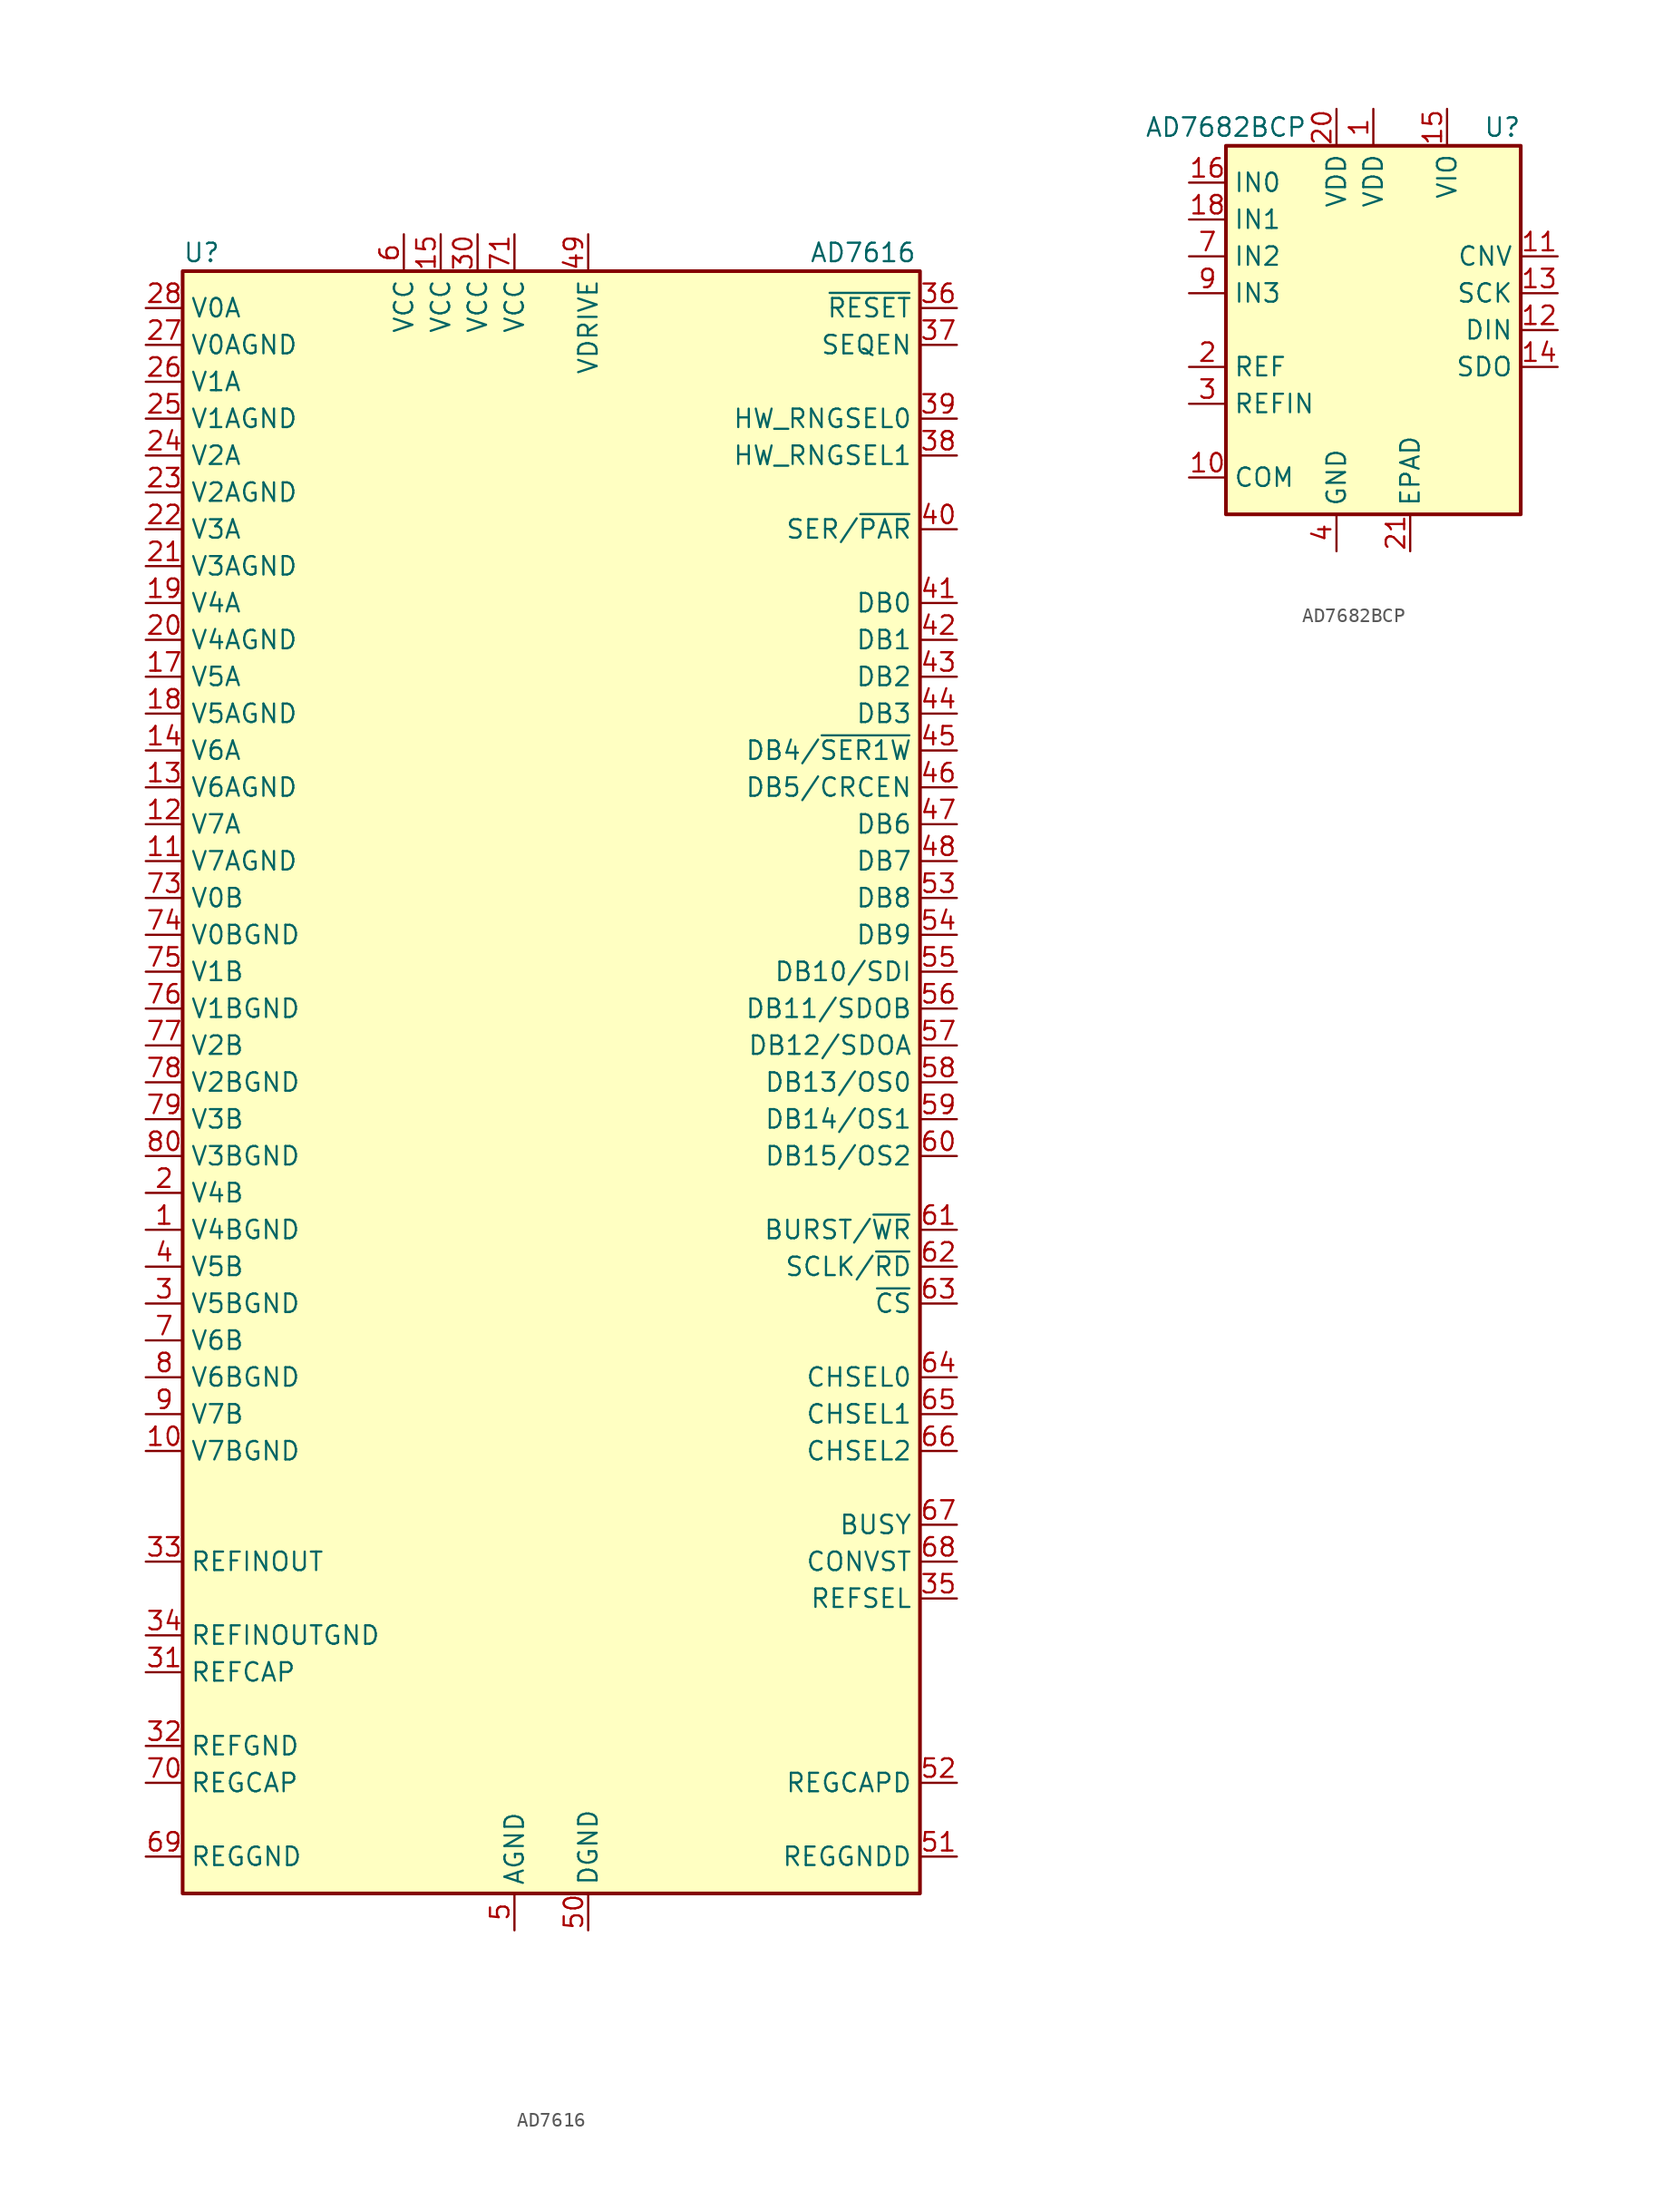
<source format=kicad_sym>
(kicad_symbol_lib
  (version 20201005)
  (generator kicad_symbol_editor)
  (symbol "AD7616"
    (property "Reference" "U"
      (at -25.4 57.15 0)
      (effects (font (size 1.27 1.27)) (justify left)))
    (property "Value" "AD7616"
      (at 17.78 57.15 0)
      (effects (font (size 1.27 1.27)) (justify left)))
    (symbol "AD7616_1_1"
      (rectangle (start -25.4 55.88) (end 25.4 -55.88) (stroke (width 0.254)) (fill (type background)))
      (pin input line (at -27.94 -10.16 0) (length 2.54) (name "V4BGND" (effects (font (size 1.27 1.27)))) (number "1" (effects (font (size 1.27 1.27)))))
      (pin input line (at -27.94 -25.4 0) (length 2.54) (name "V7BGND" (effects (font (size 1.27 1.27)))) (number "10" (effects (font (size 1.27 1.27)))))
      (pin input line (at -27.94 15.24 0) (length 2.54) (name "V7AGND" (effects (font (size 1.27 1.27)))) (number "11" (effects (font (size 1.27 1.27)))))
      (pin input line (at -27.94 17.78 0) (length 2.54) (name "V7A" (effects (font (size 1.27 1.27)))) (number "12" (effects (font (size 1.27 1.27)))))
      (pin input line (at -27.94 20.32 0) (length 2.54) (name "V6AGND" (effects (font (size 1.27 1.27)))) (number "13" (effects (font (size 1.27 1.27)))))
      (pin input line (at -27.94 22.86 0) (length 2.54) (name "V6A" (effects (font (size 1.27 1.27)))) (number "14" (effects (font (size 1.27 1.27)))))
      (pin power_in line (at -7.62 58.42 270) (length 2.54) (name "VCC" (effects (font (size 1.27 1.27)))) (number "15" (effects (font (size 1.27 1.27)))))
      (pin passive line (at -2.54 -58.42 90) (length 2.54) hide (name "AGND" (effects (font (size 1.27 1.27)))) (number "16" (effects (font (size 1.27 1.27)))))
      (pin input line (at -27.94 27.94 0) (length 2.54) (name "V5A" (effects (font (size 1.27 1.27)))) (number "17" (effects (font (size 1.27 1.27)))))
      (pin input line (at -27.94 25.4 0) (length 2.54) (name "V5AGND" (effects (font (size 1.27 1.27)))) (number "18" (effects (font (size 1.27 1.27)))))
      (pin input line (at -27.94 33.02 0) (length 2.54) (name "V4A" (effects (font (size 1.27 1.27)))) (number "19" (effects (font (size 1.27 1.27)))))
      (pin input line (at -27.94 -7.62 0) (length 2.54) (name "V4B" (effects (font (size 1.27 1.27)))) (number "2" (effects (font (size 1.27 1.27)))))
      (pin input line (at -27.94 30.48 0) (length 2.54) (name "V4AGND" (effects (font (size 1.27 1.27)))) (number "20" (effects (font (size 1.27 1.27)))))
      (pin input line (at -27.94 35.56 0) (length 2.54) (name "V3AGND" (effects (font (size 1.27 1.27)))) (number "21" (effects (font (size 1.27 1.27)))))
      (pin input line (at -27.94 38.1 0) (length 2.54) (name "V3A" (effects (font (size 1.27 1.27)))) (number "22" (effects (font (size 1.27 1.27)))))
      (pin input line (at -27.94 40.64 0) (length 2.54) (name "V2AGND" (effects (font (size 1.27 1.27)))) (number "23" (effects (font (size 1.27 1.27)))))
      (pin input line (at -27.94 43.18 0) (length 2.54) (name "V2A" (effects (font (size 1.27 1.27)))) (number "24" (effects (font (size 1.27 1.27)))))
      (pin input line (at -27.94 45.72 0) (length 2.54) (name "V1AGND" (effects (font (size 1.27 1.27)))) (number "25" (effects (font (size 1.27 1.27)))))
      (pin input line (at -27.94 48.26 0) (length 2.54) (name "V1A" (effects (font (size 1.27 1.27)))) (number "26" (effects (font (size 1.27 1.27)))))
      (pin input line (at -27.94 50.8 0) (length 2.54) (name "V0AGND" (effects (font (size 1.27 1.27)))) (number "27" (effects (font (size 1.27 1.27)))))
      (pin input line (at -27.94 53.34 0) (length 2.54) (name "V0A" (effects (font (size 1.27 1.27)))) (number "28" (effects (font (size 1.27 1.27)))))
      (pin passive line (at -2.54 -58.42 90) (length 2.54) hide (name "AGND" (effects (font (size 1.27 1.27)))) (number "29" (effects (font (size 1.27 1.27)))))
      (pin input line (at -27.94 -15.24 0) (length 2.54) (name "V5BGND" (effects (font (size 1.27 1.27)))) (number "3" (effects (font (size 1.27 1.27)))))
      (pin power_in line (at -5.08 58.42 270) (length 2.54) (name "VCC" (effects (font (size 1.27 1.27)))) (number "30" (effects (font (size 1.27 1.27)))))
      (pin passive line (at -27.94 -40.64 0) (length 2.54) (name "REFCAP" (effects (font (size 1.27 1.27)))) (number "31" (effects (font (size 1.27 1.27)))))
      (pin power_in line (at -27.94 -45.72 0) (length 2.54) (name "REFGND" (effects (font (size 1.27 1.27)))) (number "32" (effects (font (size 1.27 1.27)))))
      (pin input line (at -27.94 -33.02 0) (length 2.54) (name "REFINOUT" (effects (font (size 1.27 1.27)))) (number "33" (effects (font (size 1.27 1.27)))))
      (pin power_in line (at -27.94 -38.1 0) (length 2.54) (name "REFINOUTGND" (effects (font (size 1.27 1.27)))) (number "34" (effects (font (size 1.27 1.27)))))
      (pin input line (at 27.94 -35.56 180) (length 2.54) (name "REFSEL" (effects (font (size 1.27 1.27)))) (number "35" (effects (font (size 1.27 1.27)))))
      (pin input line (at 27.94 53.34 180) (length 2.54) (name "~RESET" (effects (font (size 1.27 1.27)))) (number "36" (effects (font (size 1.27 1.27)))))
      (pin input line (at 27.94 50.8 180) (length 2.54) (name "SEQEN" (effects (font (size 1.27 1.27)))) (number "37" (effects (font (size 1.27 1.27)))))
      (pin input line (at 27.94 43.18 180) (length 2.54) (name "HW_RNGSEL1" (effects (font (size 1.27 1.27)))) (number "38" (effects (font (size 1.27 1.27)))))
      (pin input line (at 27.94 45.72 180) (length 2.54) (name "HW_RNGSEL0" (effects (font (size 1.27 1.27)))) (number "39" (effects (font (size 1.27 1.27)))))
      (pin input line (at -27.94 -12.7 0) (length 2.54) (name "V5B" (effects (font (size 1.27 1.27)))) (number "4" (effects (font (size 1.27 1.27)))))
      (pin input line (at 27.94 38.1 180) (length 2.54) (name "SER/~PAR" (effects (font (size 1.27 1.27)))) (number "40" (effects (font (size 1.27 1.27)))))
      (pin bidirectional line (at 27.94 33.02 180) (length 2.54) (name "DB0" (effects (font (size 1.27 1.27)))) (number "41" (effects (font (size 1.27 1.27)))))
      (pin bidirectional line (at 27.94 30.48 180) (length 2.54) (name "DB1" (effects (font (size 1.27 1.27)))) (number "42" (effects (font (size 1.27 1.27)))))
      (pin bidirectional line (at 27.94 27.94 180) (length 2.54) (name "DB2" (effects (font (size 1.27 1.27)))) (number "43" (effects (font (size 1.27 1.27)))))
      (pin bidirectional line (at 27.94 25.4 180) (length 2.54) (name "DB3" (effects (font (size 1.27 1.27)))) (number "44" (effects (font (size 1.27 1.27)))))
      (pin bidirectional line (at 27.94 22.86 180) (length 2.54) (name "DB4/~SER1W" (effects (font (size 1.27 1.27)))) (number "45" (effects (font (size 1.27 1.27)))))
      (pin bidirectional line (at 27.94 20.32 180) (length 2.54) (name "DB5/CRCEN" (effects (font (size 1.27 1.27)))) (number "46" (effects (font (size 1.27 1.27)))))
      (pin bidirectional line (at 27.94 17.78 180) (length 2.54) (name "DB6" (effects (font (size 1.27 1.27)))) (number "47" (effects (font (size 1.27 1.27)))))
      (pin bidirectional line (at 27.94 15.24 180) (length 2.54) (name "DB7" (effects (font (size 1.27 1.27)))) (number "48" (effects (font (size 1.27 1.27)))))
      (pin power_in line (at 2.54 58.42 270) (length 2.54) (name "VDRIVE" (effects (font (size 1.27 1.27)))) (number "49" (effects (font (size 1.27 1.27)))))
      (pin power_in line (at -2.54 -58.42 90) (length 2.54) (name "AGND" (effects (font (size 1.27 1.27)))) (number "5" (effects (font (size 1.27 1.27)))))
      (pin power_in line (at 2.54 -58.42 90) (length 2.54) (name "DGND" (effects (font (size 1.27 1.27)))) (number "50" (effects (font (size 1.27 1.27)))))
      (pin power_in line (at 27.94 -53.34 180) (length 2.54) (name "REGGNDD" (effects (font (size 1.27 1.27)))) (number "51" (effects (font (size 1.27 1.27)))))
      (pin passive line (at 27.94 -48.26 180) (length 2.54) (name "REGCAPD" (effects (font (size 1.27 1.27)))) (number "52" (effects (font (size 1.27 1.27)))))
      (pin bidirectional line (at 27.94 12.7 180) (length 2.54) (name "DB8" (effects (font (size 1.27 1.27)))) (number "53" (effects (font (size 1.27 1.27)))))
      (pin bidirectional line (at 27.94 10.16 180) (length 2.54) (name "DB9" (effects (font (size 1.27 1.27)))) (number "54" (effects (font (size 1.27 1.27)))))
      (pin bidirectional line (at 27.94 7.62 180) (length 2.54) (name "DB10/SDI" (effects (font (size 1.27 1.27)))) (number "55" (effects (font (size 1.27 1.27)))))
      (pin bidirectional line (at 27.94 5.08 180) (length 2.54) (name "DB11/SDOB" (effects (font (size 1.27 1.27)))) (number "56" (effects (font (size 1.27 1.27)))))
      (pin bidirectional line (at 27.94 2.54 180) (length 2.54) (name "DB12/SDOA" (effects (font (size 1.27 1.27)))) (number "57" (effects (font (size 1.27 1.27)))))
      (pin bidirectional line (at 27.94 0 180) (length 2.54) (name "DB13/OS0" (effects (font (size 1.27 1.27)))) (number "58" (effects (font (size 1.27 1.27)))))
      (pin bidirectional line (at 27.94 -2.54 180) (length 2.54) (name "DB14/OS1" (effects (font (size 1.27 1.27)))) (number "59" (effects (font (size 1.27 1.27)))))
      (pin power_in line (at -10.16 58.42 270) (length 2.54) (name "VCC" (effects (font (size 1.27 1.27)))) (number "6" (effects (font (size 1.27 1.27)))))
      (pin bidirectional line (at 27.94 -5.08 180) (length 2.54) (name "DB15/OS2" (effects (font (size 1.27 1.27)))) (number "60" (effects (font (size 1.27 1.27)))))
      (pin input line (at 27.94 -10.16 180) (length 2.54) (name "BURST/~WR" (effects (font (size 1.27 1.27)))) (number "61" (effects (font (size 1.27 1.27)))))
      (pin input line (at 27.94 -12.7 180) (length 2.54) (name "SCLK/~RD" (effects (font (size 1.27 1.27)))) (number "62" (effects (font (size 1.27 1.27)))))
      (pin input line (at 27.94 -15.24 180) (length 2.54) (name "~CS" (effects (font (size 1.27 1.27)))) (number "63" (effects (font (size 1.27 1.27)))))
      (pin input line (at 27.94 -20.32 180) (length 2.54) (name "CHSEL0" (effects (font (size 1.27 1.27)))) (number "64" (effects (font (size 1.27 1.27)))))
      (pin input line (at 27.94 -22.86 180) (length 2.54) (name "CHSEL1" (effects (font (size 1.27 1.27)))) (number "65" (effects (font (size 1.27 1.27)))))
      (pin input line (at 27.94 -25.4 180) (length 2.54) (name "CHSEL2" (effects (font (size 1.27 1.27)))) (number "66" (effects (font (size 1.27 1.27)))))
      (pin output line (at 27.94 -30.48 180) (length 2.54) (name "BUSY" (effects (font (size 1.27 1.27)))) (number "67" (effects (font (size 1.27 1.27)))))
      (pin input line (at 27.94 -33.02 180) (length 2.54) (name "CONVST" (effects (font (size 1.27 1.27)))) (number "68" (effects (font (size 1.27 1.27)))))
      (pin power_in line (at -27.94 -53.34 0) (length 2.54) (name "REGGND" (effects (font (size 1.27 1.27)))) (number "69" (effects (font (size 1.27 1.27)))))
      (pin input line (at -27.94 -17.78 0) (length 2.54) (name "V6B" (effects (font (size 1.27 1.27)))) (number "7" (effects (font (size 1.27 1.27)))))
      (pin passive line (at -27.94 -48.26 0) (length 2.54) (name "REGCAP" (effects (font (size 1.27 1.27)))) (number "70" (effects (font (size 1.27 1.27)))))
      (pin power_in line (at -2.54 58.42 270) (length 2.54) (name "VCC" (effects (font (size 1.27 1.27)))) (number "71" (effects (font (size 1.27 1.27)))))
      (pin passive line (at -2.54 -58.42 90) (length 2.54) hide (name "AGND" (effects (font (size 1.27 1.27)))) (number "72" (effects (font (size 1.27 1.27)))))
      (pin input line (at -27.94 12.7 0) (length 2.54) (name "V0B" (effects (font (size 1.27 1.27)))) (number "73" (effects (font (size 1.27 1.27)))))
      (pin input line (at -27.94 10.16 0) (length 2.54) (name "V0BGND" (effects (font (size 1.27 1.27)))) (number "74" (effects (font (size 1.27 1.27)))))
      (pin input line (at -27.94 7.62 0) (length 2.54) (name "V1B" (effects (font (size 1.27 1.27)))) (number "75" (effects (font (size 1.27 1.27)))))
      (pin input line (at -27.94 5.08 0) (length 2.54) (name "V1BGND" (effects (font (size 1.27 1.27)))) (number "76" (effects (font (size 1.27 1.27)))))
      (pin input line (at -27.94 2.54 0) (length 2.54) (name "V2B" (effects (font (size 1.27 1.27)))) (number "77" (effects (font (size 1.27 1.27)))))
      (pin input line (at -27.94 0 0) (length 2.54) (name "V2BGND" (effects (font (size 1.27 1.27)))) (number "78" (effects (font (size 1.27 1.27)))))
      (pin input line (at -27.94 -2.54 0) (length 2.54) (name "V3B" (effects (font (size 1.27 1.27)))) (number "79" (effects (font (size 1.27 1.27)))))
      (pin input line (at -27.94 -20.32 0) (length 2.54) (name "V6BGND" (effects (font (size 1.27 1.27)))) (number "8" (effects (font (size 1.27 1.27)))))
      (pin input line (at -27.94 -5.08 0) (length 2.54) (name "V3BGND" (effects (font (size 1.27 1.27)))) (number "80" (effects (font (size 1.27 1.27)))))
      (pin input line (at -27.94 -22.86 0) (length 2.54) (name "V7B" (effects (font (size 1.27 1.27)))) (number "9" (effects (font (size 1.27 1.27)))))))
  (symbol "AD7682BCP"
    (property "Reference" "U"
      (at 8.89 13.97 0)
      (effects (font (size 1.27 1.27))))
    (property "Value" "AD7682BCP"
      (at -10.16 13.97 0)
      (effects (font (size 1.27 1.27))))
    (symbol "AD7682BCP_0_1"
      (rectangle (start -10.16 12.7) (end 10.16 -12.7) (stroke (width 0.254)) (fill (type background))))
    (symbol "AD7682BCP_1_1"
      (pin power_in line (at 0 15.24 270) (length 2.54) (name "VDD" (effects (font (size 1.27 1.27)))) (number "1" (effects (font (size 1.27 1.27)))))
      (pin input line (at -12.7 -10.16 0) (length 2.54) (name "COM" (effects (font (size 1.27 1.27)))) (number "10" (effects (font (size 1.27 1.27)))))
      (pin input line (at 12.7 5.08 180) (length 2.54) (name "CNV" (effects (font (size 1.27 1.27)))) (number "11" (effects (font (size 1.27 1.27)))))
      (pin input line (at 12.7 0 180) (length 2.54) (name "DIN" (effects (font (size 1.27 1.27)))) (number "12" (effects (font (size 1.27 1.27)))))
      (pin input line (at 12.7 2.54 180) (length 2.54) (name "SCK" (effects (font (size 1.27 1.27)))) (number "13" (effects (font (size 1.27 1.27)))))
      (pin output line (at 12.7 -2.54 180) (length 2.54) (name "SDO" (effects (font (size 1.27 1.27)))) (number "14" (effects (font (size 1.27 1.27)))))
      (pin power_in line (at 5.08 15.24 270) (length 2.54) (name "VIO" (effects (font (size 1.27 1.27)))) (number "15" (effects (font (size 1.27 1.27)))))
      (pin input line (at -12.7 10.16 0) (length 2.54) (name "IN0" (effects (font (size 1.27 1.27)))) (number "16" (effects (font (size 1.27 1.27)))))
      (pin no_connect line (at 10.16 -7.62 180) (length 2.54) hide (name "NC" (effects (font (size 1.27 1.27)))) (number "17" (effects (font (size 1.27 1.27)))))
      (pin input line (at -12.7 7.62 0) (length 2.54) (name "IN1" (effects (font (size 1.27 1.27)))) (number "18" (effects (font (size 1.27 1.27)))))
      (pin no_connect line (at 10.16 -5.08 180) (length 2.54) hide (name "NC" (effects (font (size 1.27 1.27)))) (number "19" (effects (font (size 1.27 1.27)))))
      (pin passive line (at -12.7 -2.54 0) (length 2.54) (name "REF" (effects (font (size 1.27 1.27)))) (number "2" (effects (font (size 1.27 1.27)))))
      (pin power_in line (at -2.54 15.24 270) (length 2.54) (name "VDD" (effects (font (size 1.27 1.27)))) (number "20" (effects (font (size 1.27 1.27)))))
      (pin passive line (at 2.54 -15.24 90) (length 2.54) (name "EPAD" (effects (font (size 1.27 1.27)))) (number "21" (effects (font (size 1.27 1.27)))))
      (pin passive line (at -12.7 -5.08 0) (length 2.54) (name "REFIN" (effects (font (size 1.27 1.27)))) (number "3" (effects (font (size 1.27 1.27)))))
      (pin power_in line (at -2.54 -15.24 90) (length 2.54) (name "GND" (effects (font (size 1.27 1.27)))) (number "4" (effects (font (size 1.27 1.27)))))
      (pin passive line (at -2.54 -15.24 90) (length 2.54) hide (name "GND" (effects (font (size 1.27 1.27)))) (number "5" (effects (font (size 1.27 1.27)))))
      (pin no_connect line (at 10.16 7.62 180) (length 2.54) hide (name "NC" (effects (font (size 1.27 1.27)))) (number "6" (effects (font (size 1.27 1.27)))))
      (pin input line (at -12.7 5.08 0) (length 2.54) (name "IN2" (effects (font (size 1.27 1.27)))) (number "7" (effects (font (size 1.27 1.27)))))
      (pin no_connect line (at 10.16 -10.16 180) (length 2.54) hide (name "NC" (effects (font (size 1.27 1.27)))) (number "8" (effects (font (size 1.27 1.27)))))
      (pin input line (at -12.7 2.54 0) (length 2.54) (name "IN3" (effects (font (size 1.27 1.27)))) (number "9" (effects (font (size 1.27 1.27))))))))
</source>
